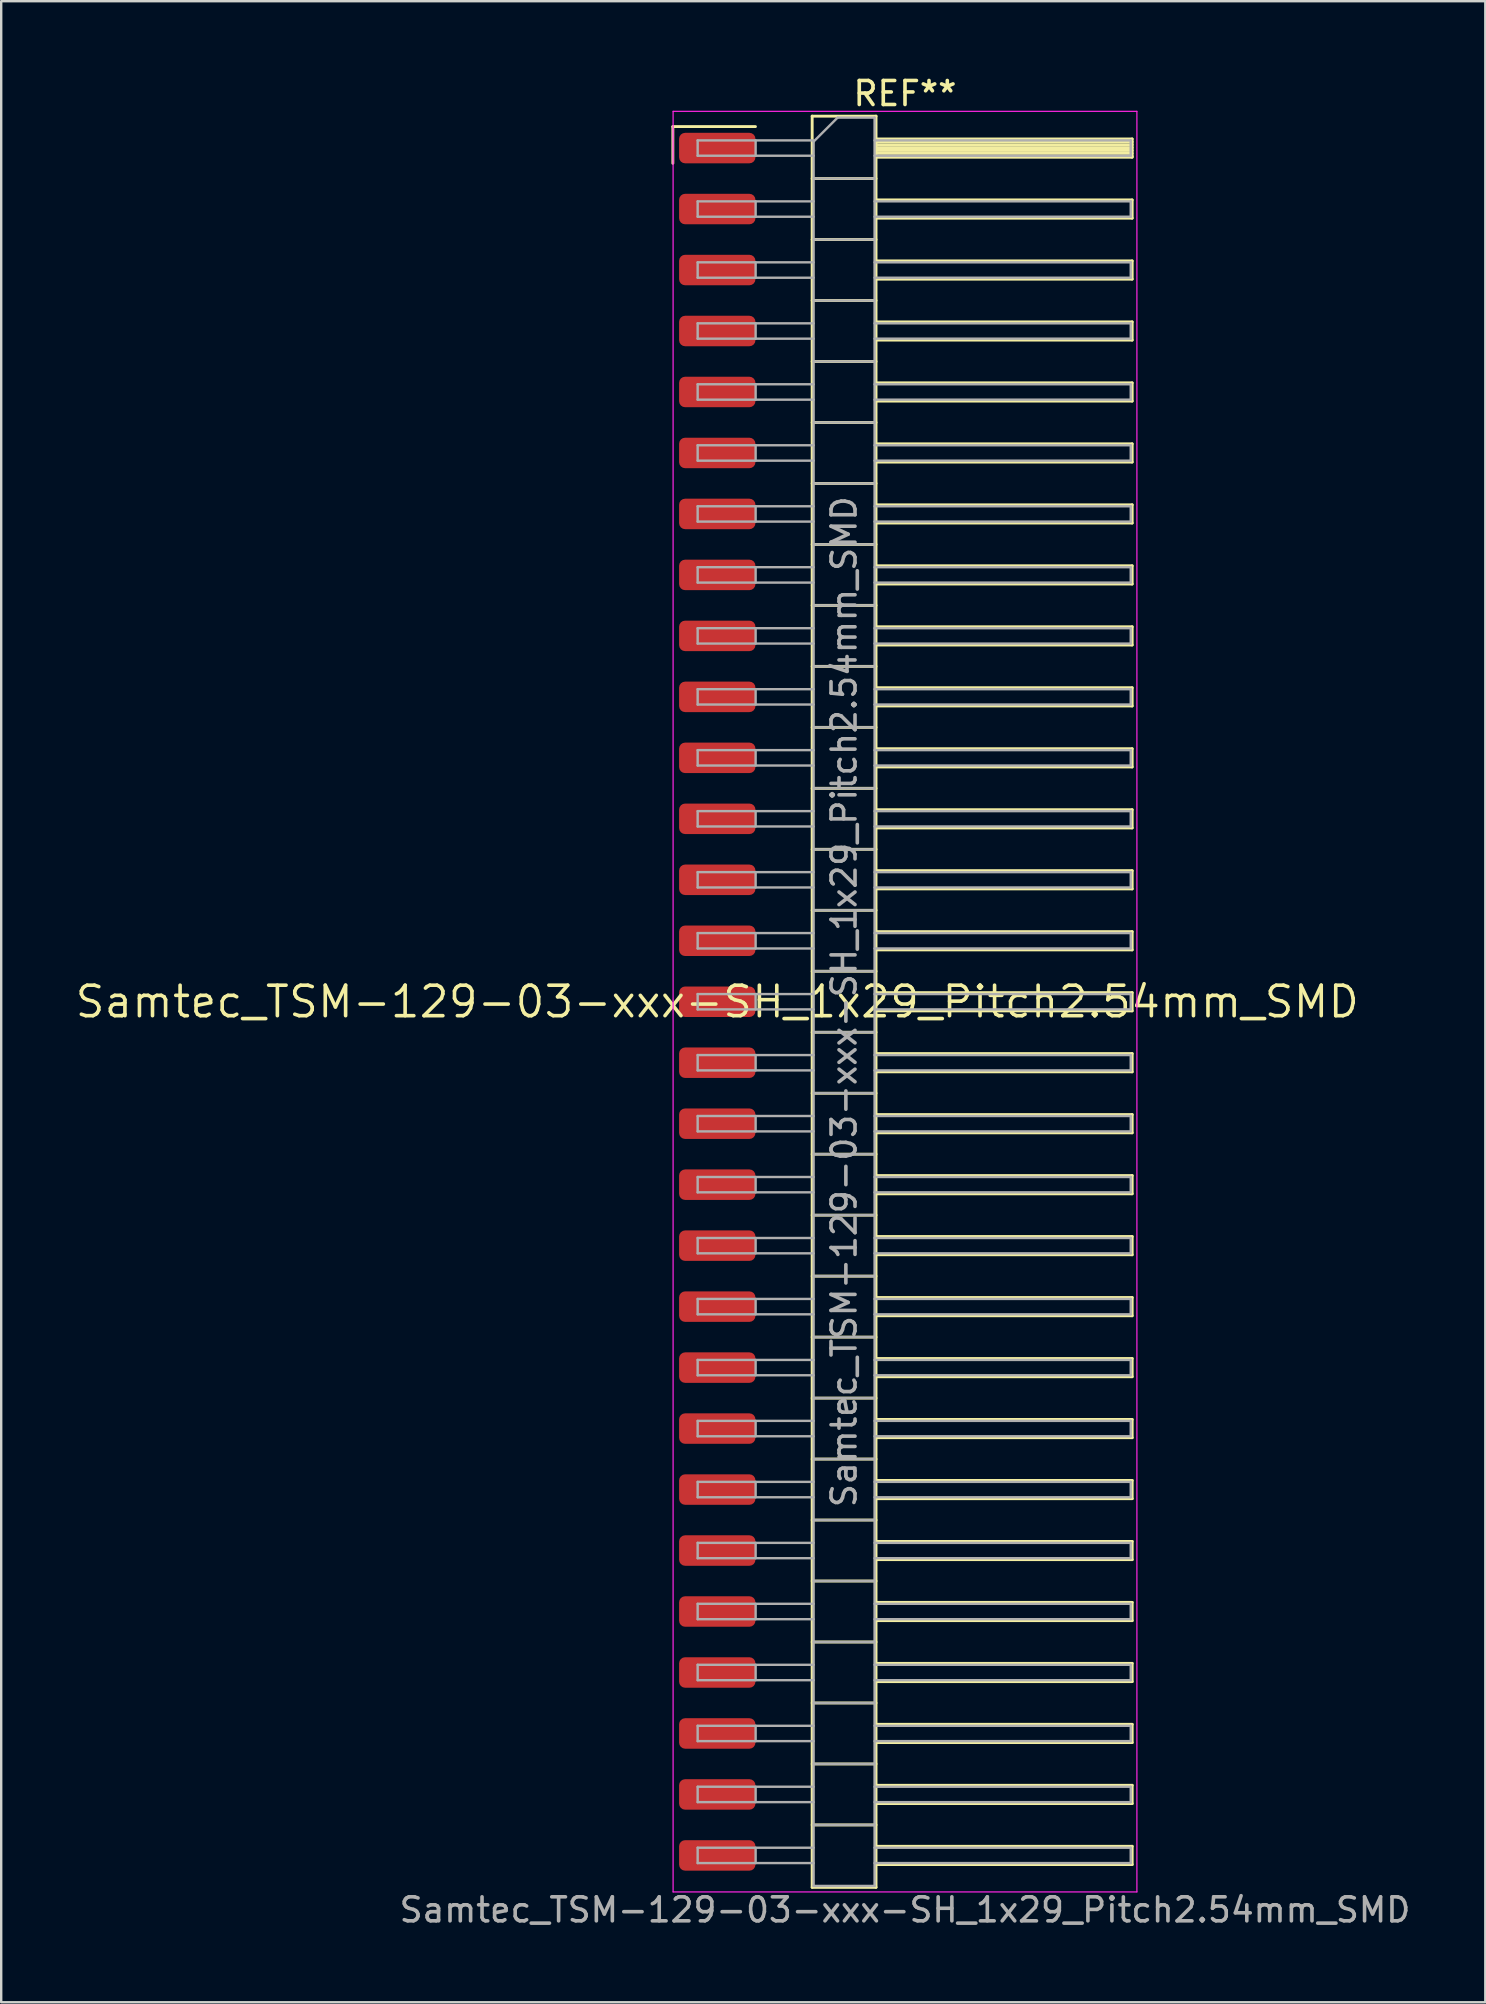
<source format=kicad_pcb>
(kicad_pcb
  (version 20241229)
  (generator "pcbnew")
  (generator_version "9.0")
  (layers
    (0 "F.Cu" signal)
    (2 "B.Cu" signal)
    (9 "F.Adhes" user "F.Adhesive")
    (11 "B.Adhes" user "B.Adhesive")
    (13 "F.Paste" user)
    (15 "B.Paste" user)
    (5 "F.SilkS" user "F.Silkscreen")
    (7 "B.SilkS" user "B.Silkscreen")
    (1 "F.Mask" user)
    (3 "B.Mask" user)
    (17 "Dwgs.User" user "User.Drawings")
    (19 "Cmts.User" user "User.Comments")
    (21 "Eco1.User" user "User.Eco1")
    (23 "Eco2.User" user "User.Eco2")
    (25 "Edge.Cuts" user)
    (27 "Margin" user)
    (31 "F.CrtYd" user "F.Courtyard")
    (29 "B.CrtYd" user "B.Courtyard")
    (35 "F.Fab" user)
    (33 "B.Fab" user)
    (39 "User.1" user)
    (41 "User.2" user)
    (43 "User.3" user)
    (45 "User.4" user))
  (footprint "Samtec_TSM-129-03-xxx-SH_1x29_Pitch2.54mm_SMD"
    (layer "F.Cu")
    (at 26.828 38.678)
    (property "Reference" "Samtec_TSM-129-03-xxx-SH_1x29_Pitch2.54mm_SMD" (at 0 0 0) (layer "F.SilkS") (effects (font (size 1.27 1.27) (thickness 0.15))))
    (attr smd)
    (fp_line (start -1.85 -36.455) (end 1.59 -36.455) (stroke (width 0.12) (type solid)) (layer "F.SilkS"))
    (fp_line (start -1.85 -34.925) (end -1.85 -36.455) (stroke (width 0.12) (type solid)) (layer "F.SilkS"))
    (fp_line (start 3.953 -36.89) (end 6.613 -36.89) (stroke (width 0.12) (type solid)) (layer "F.SilkS"))
    (fp_line (start 3.953 -34.29) (end 6.613 -34.29) (stroke (width 0.12) (type solid)) (layer "F.SilkS"))
    (fp_line (start 3.953 -31.75) (end 6.613 -31.75) (stroke (width 0.12) (type solid)) (layer "F.SilkS"))
    (fp_line (start 3.953 -29.21) (end 6.613 -29.21) (stroke (width 0.12) (type solid)) (layer "F.SilkS"))
    (fp_line (start 3.953 -26.67) (end 6.613 -26.67) (stroke (width 0.12) (type solid)) (layer "F.SilkS"))
    (fp_line (start 3.953 -24.13) (end 6.613 -24.13) (stroke (width 0.12) (type solid)) (layer "F.SilkS"))
    (fp_line (start 3.953 -21.59) (end 6.613 -21.59) (stroke (width 0.12) (type solid)) (layer "F.SilkS"))
    (fp_line (start 3.953 -19.05) (end 6.613 -19.05) (stroke (width 0.12) (type solid)) (layer "F.SilkS"))
    (fp_line (start 3.953 -16.51) (end 6.613 -16.51) (stroke (width 0.12) (type solid)) (layer "F.SilkS"))
    (fp_line (start 3.953 -13.97) (end 6.613 -13.97) (stroke (width 0.12) (type solid)) (layer "F.SilkS"))
    (fp_line (start 3.953 -11.43) (end 6.613 -11.43) (stroke (width 0.12) (type solid)) (layer "F.SilkS"))
    (fp_line (start 3.953 -8.89) (end 6.613 -8.89) (stroke (width 0.12) (type solid)) (layer "F.SilkS"))
    (fp_line (start 3.953 -6.35) (end 6.613 -6.35) (stroke (width 0.12) (type solid)) (layer "F.SilkS"))
    (fp_line (start 3.953 -3.81) (end 6.613 -3.81) (stroke (width 0.12) (type solid)) (layer "F.SilkS"))
    (fp_line (start 3.953 -1.27) (end 6.613 -1.27) (stroke (width 0.12) (type solid)) (layer "F.SilkS"))
    (fp_line (start 3.953 1.27) (end 6.613 1.27) (stroke (width 0.12) (type solid)) (layer "F.SilkS"))
    (fp_line (start 3.953 3.81) (end 6.613 3.81) (stroke (width 0.12) (type solid)) (layer "F.SilkS"))
    (fp_line (start 3.953 6.35) (end 6.613 6.35) (stroke (width 0.12) (type solid)) (layer "F.SilkS"))
    (fp_line (start 3.953 8.89) (end 6.613 8.89) (stroke (width 0.12) (type solid)) (layer "F.SilkS"))
    (fp_line (start 3.953 11.43) (end 6.613 11.43) (stroke (width 0.12) (type solid)) (layer "F.SilkS"))
    (fp_line (start 3.953 13.97) (end 6.613 13.97) (stroke (width 0.12) (type solid)) (layer "F.SilkS"))
    (fp_line (start 3.953 16.51) (end 6.613 16.51) (stroke (width 0.12) (type solid)) (layer "F.SilkS"))
    (fp_line (start 3.953 19.05) (end 6.613 19.05) (stroke (width 0.12) (type solid)) (layer "F.SilkS"))
    (fp_line (start 3.953 21.59) (end 6.613 21.59) (stroke (width 0.12) (type solid)) (layer "F.SilkS"))
    (fp_line (start 3.953 24.13) (end 6.613 24.13) (stroke (width 0.12) (type solid)) (layer "F.SilkS"))
    (fp_line (start 3.953 26.67) (end 6.613 26.67) (stroke (width 0.12) (type solid)) (layer "F.SilkS"))
    (fp_line (start 3.953 29.21) (end 6.613 29.21) (stroke (width 0.12) (type solid)) (layer "F.SilkS"))
    (fp_line (start 3.953 31.75) (end 6.613 31.75) (stroke (width 0.12) (type solid)) (layer "F.SilkS"))
    (fp_line (start 3.953 34.29) (end 6.613 34.29) (stroke (width 0.12) (type solid)) (layer "F.SilkS"))
    (fp_line (start 3.953 36.89) (end 3.953 -36.89) (stroke (width 0.12) (type solid)) (layer "F.SilkS"))
    (fp_line (start 6.613 -36.89) (end 6.613 36.89) (stroke (width 0.12) (type solid)) (layer "F.SilkS"))
    (fp_line (start 6.613 -35.94) (end 17.283 -35.94) (stroke (width 0.12) (type solid)) (layer "F.SilkS"))
    (fp_line (start 6.613 -35.82) (end 17.283 -35.82) (stroke (width 0.12) (type solid)) (layer "F.SilkS"))
    (fp_line (start 6.613 -35.7) (end 17.283 -35.7) (stroke (width 0.12) (type solid)) (layer "F.SilkS"))
    (fp_line (start 6.613 -35.58) (end 17.283 -35.58) (stroke (width 0.12) (type solid)) (layer "F.SilkS"))
    (fp_line (start 6.613 -35.46) (end 17.283 -35.46) (stroke (width 0.12) (type solid)) (layer "F.SilkS"))
    (fp_line (start 6.613 -35.34) (end 17.283 -35.34) (stroke (width 0.12) (type solid)) (layer "F.SilkS"))
    (fp_line (start 6.613 -35.22) (end 17.283 -35.22) (stroke (width 0.12) (type solid)) (layer "F.SilkS"))
    (fp_line (start 6.613 -35.18) (end 17.283 -35.18) (stroke (width 0.12) (type solid)) (layer "F.SilkS"))
    (fp_line (start 6.613 -33.4) (end 17.283 -33.4) (stroke (width 0.12) (type solid)) (layer "F.SilkS"))
    (fp_line (start 6.613 -32.64) (end 17.283 -32.64) (stroke (width 0.12) (type solid)) (layer "F.SilkS"))
    (fp_line (start 6.613 -30.86) (end 17.283 -30.86) (stroke (width 0.12) (type solid)) (layer "F.SilkS"))
    (fp_line (start 6.613 -30.1) (end 17.283 -30.1) (stroke (width 0.12) (type solid)) (layer "F.SilkS"))
    (fp_line (start 6.613 -28.32) (end 17.283 -28.32) (stroke (width 0.12) (type solid)) (layer "F.SilkS"))
    (fp_line (start 6.613 -27.56) (end 17.283 -27.56) (stroke (width 0.12) (type solid)) (layer "F.SilkS"))
    (fp_line (start 6.613 -25.78) (end 17.283 -25.78) (stroke (width 0.12) (type solid)) (layer "F.SilkS"))
    (fp_line (start 6.613 -25.02) (end 17.283 -25.02) (stroke (width 0.12) (type solid)) (layer "F.SilkS"))
    (fp_line (start 6.613 -23.24) (end 17.283 -23.24) (stroke (width 0.12) (type solid)) (layer "F.SilkS"))
    (fp_line (start 6.613 -22.48) (end 17.283 -22.48) (stroke (width 0.12) (type solid)) (layer "F.SilkS"))
    (fp_line (start 6.613 -20.7) (end 17.283 -20.7) (stroke (width 0.12) (type solid)) (layer "F.SilkS"))
    (fp_line (start 6.613 -19.94) (end 17.283 -19.94) (stroke (width 0.12) (type solid)) (layer "F.SilkS"))
    (fp_line (start 6.613 -18.16) (end 17.283 -18.16) (stroke (width 0.12) (type solid)) (layer "F.SilkS"))
    (fp_line (start 6.613 -17.4) (end 17.283 -17.4) (stroke (width 0.12) (type solid)) (layer "F.SilkS"))
    (fp_line (start 6.613 -15.62) (end 17.283 -15.62) (stroke (width 0.12) (type solid)) (layer "F.SilkS"))
    (fp_line (start 6.613 -14.86) (end 17.283 -14.86) (stroke (width 0.12) (type solid)) (layer "F.SilkS"))
    (fp_line (start 6.613 -13.08) (end 17.283 -13.08) (stroke (width 0.12) (type solid)) (layer "F.SilkS"))
    (fp_line (start 6.613 -12.32) (end 17.283 -12.32) (stroke (width 0.12) (type solid)) (layer "F.SilkS"))
    (fp_line (start 6.613 -10.54) (end 17.283 -10.54) (stroke (width 0.12) (type solid)) (layer "F.SilkS"))
    (fp_line (start 6.613 -9.78) (end 17.283 -9.78) (stroke (width 0.12) (type solid)) (layer "F.SilkS"))
    (fp_line (start 6.613 -8) (end 17.283 -8) (stroke (width 0.12) (type solid)) (layer "F.SilkS"))
    (fp_line (start 6.613 -7.24) (end 17.283 -7.24) (stroke (width 0.12) (type solid)) (layer "F.SilkS"))
    (fp_line (start 6.613 -5.46) (end 17.283 -5.46) (stroke (width 0.12) (type solid)) (layer "F.SilkS"))
    (fp_line (start 6.613 -4.7) (end 17.283 -4.7) (stroke (width 0.12) (type solid)) (layer "F.SilkS"))
    (fp_line (start 6.613 -2.92) (end 17.283 -2.92) (stroke (width 0.12) (type solid)) (layer "F.SilkS"))
    (fp_line (start 6.613 -2.16) (end 17.283 -2.16) (stroke (width 0.12) (type solid)) (layer "F.SilkS"))
    (fp_line (start 6.613 -0.38) (end 17.283 -0.38) (stroke (width 0.12) (type solid)) (layer "F.SilkS"))
    (fp_line (start 6.613 0.38) (end 17.283 0.38) (stroke (width 0.12) (type solid)) (layer "F.SilkS"))
    (fp_line (start 6.613 2.16) (end 17.283 2.16) (stroke (width 0.12) (type solid)) (layer "F.SilkS"))
    (fp_line (start 6.613 2.92) (end 17.283 2.92) (stroke (width 0.12) (type solid)) (layer "F.SilkS"))
    (fp_line (start 6.613 4.7) (end 17.283 4.7) (stroke (width 0.12) (type solid)) (layer "F.SilkS"))
    (fp_line (start 6.613 5.46) (end 17.283 5.46) (stroke (width 0.12) (type solid)) (layer "F.SilkS"))
    (fp_line (start 6.613 7.24) (end 17.283 7.24) (stroke (width 0.12) (type solid)) (layer "F.SilkS"))
    (fp_line (start 6.613 8) (end 17.283 8) (stroke (width 0.12) (type solid)) (layer "F.SilkS"))
    (fp_line (start 6.613 9.78) (end 17.283 9.78) (stroke (width 0.12) (type solid)) (layer "F.SilkS"))
    (fp_line (start 6.613 10.54) (end 17.283 10.54) (stroke (width 0.12) (type solid)) (layer "F.SilkS"))
    (fp_line (start 6.613 12.32) (end 17.283 12.32) (stroke (width 0.12) (type solid)) (layer "F.SilkS"))
    (fp_line (start 6.613 13.08) (end 17.283 13.08) (stroke (width 0.12) (type solid)) (layer "F.SilkS"))
    (fp_line (start 6.613 14.86) (end 17.283 14.86) (stroke (width 0.12) (type solid)) (layer "F.SilkS"))
    (fp_line (start 6.613 15.62) (end 17.283 15.62) (stroke (width 0.12) (type solid)) (layer "F.SilkS"))
    (fp_line (start 6.613 17.4) (end 17.283 17.4) (stroke (width 0.12) (type solid)) (layer "F.SilkS"))
    (fp_line (start 6.613 18.16) (end 17.283 18.16) (stroke (width 0.12) (type solid)) (layer "F.SilkS"))
    (fp_line (start 6.613 19.94) (end 17.283 19.94) (stroke (width 0.12) (type solid)) (layer "F.SilkS"))
    (fp_line (start 6.613 20.7) (end 17.283 20.7) (stroke (width 0.12) (type solid)) (layer "F.SilkS"))
    (fp_line (start 6.613 22.48) (end 17.283 22.48) (stroke (width 0.12) (type solid)) (layer "F.SilkS"))
    (fp_line (start 6.613 23.24) (end 17.283 23.24) (stroke (width 0.12) (type solid)) (layer "F.SilkS"))
    (fp_line (start 6.613 25.02) (end 17.283 25.02) (stroke (width 0.12) (type solid)) (layer "F.SilkS"))
    (fp_line (start 6.613 25.78) (end 17.283 25.78) (stroke (width 0.12) (type solid)) (layer "F.SilkS"))
    (fp_line (start 6.613 27.56) (end 17.283 27.56) (stroke (width 0.12) (type solid)) (layer "F.SilkS"))
    (fp_line (start 6.613 28.32) (end 17.283 28.32) (stroke (width 0.12) (type solid)) (layer "F.SilkS"))
    (fp_line (start 6.613 30.1) (end 17.283 30.1) (stroke (width 0.12) (type solid)) (layer "F.SilkS"))
    (fp_line (start 6.613 30.86) (end 17.283 30.86) (stroke (width 0.12) (type solid)) (layer "F.SilkS"))
    (fp_line (start 6.613 32.64) (end 17.283 32.64) (stroke (width 0.12) (type solid)) (layer "F.SilkS"))
    (fp_line (start 6.613 33.4) (end 17.283 33.4) (stroke (width 0.12) (type solid)) (layer "F.SilkS"))
    (fp_line (start 6.613 35.18) (end 17.283 35.18) (stroke (width 0.12) (type solid)) (layer "F.SilkS"))
    (fp_line (start 6.613 35.94) (end 17.283 35.94) (stroke (width 0.12) (type solid)) (layer "F.SilkS"))
    (fp_line (start 6.613 36.89) (end 3.953 36.89) (stroke (width 0.12) (type solid)) (layer "F.SilkS"))
    (fp_line (start 17.283 -35.94) (end 17.283 -35.18) (stroke (width 0.12) (type solid)) (layer "F.SilkS"))
    (fp_line (start 17.283 -33.4) (end 17.283 -32.64) (stroke (width 0.12) (type solid)) (layer "F.SilkS"))
    (fp_line (start 17.283 -30.86) (end 17.283 -30.1) (stroke (width 0.12) (type solid)) (layer "F.SilkS"))
    (fp_line (start 17.283 -28.32) (end 17.283 -27.56) (stroke (width 0.12) (type solid)) (layer "F.SilkS"))
    (fp_line (start 17.283 -25.78) (end 17.283 -25.02) (stroke (width 0.12) (type solid)) (layer "F.SilkS"))
    (fp_line (start 17.283 -23.24) (end 17.283 -22.48) (stroke (width 0.12) (type solid)) (layer "F.SilkS"))
    (fp_line (start 17.283 -20.7) (end 17.283 -19.94) (stroke (width 0.12) (type solid)) (layer "F.SilkS"))
    (fp_line (start 17.283 -18.16) (end 17.283 -17.4) (stroke (width 0.12) (type solid)) (layer "F.SilkS"))
    (fp_line (start 17.283 -15.62) (end 17.283 -14.86) (stroke (width 0.12) (type solid)) (layer "F.SilkS"))
    (fp_line (start 17.283 -13.08) (end 17.283 -12.32) (stroke (width 0.12) (type solid)) (layer "F.SilkS"))
    (fp_line (start 17.283 -10.54) (end 17.283 -9.78) (stroke (width 0.12) (type solid)) (layer "F.SilkS"))
    (fp_line (start 17.283 -8) (end 17.283 -7.24) (stroke (width 0.12) (type solid)) (layer "F.SilkS"))
    (fp_line (start 17.283 -5.46) (end 17.283 -4.7) (stroke (width 0.12) (type solid)) (layer "F.SilkS"))
    (fp_line (start 17.283 -2.92) (end 17.283 -2.16) (stroke (width 0.12) (type solid)) (layer "F.SilkS"))
    (fp_line (start 17.283 -0.38) (end 17.283 0.38) (stroke (width 0.12) (type solid)) (layer "F.SilkS"))
    (fp_line (start 17.283 2.16) (end 17.283 2.92) (stroke (width 0.12) (type solid)) (layer "F.SilkS"))
    (fp_line (start 17.283 4.7) (end 17.283 5.46) (stroke (width 0.12) (type solid)) (layer "F.SilkS"))
    (fp_line (start 17.283 7.24) (end 17.283 8) (stroke (width 0.12) (type solid)) (layer "F.SilkS"))
    (fp_line (start 17.283 9.78) (end 17.283 10.54) (stroke (width 0.12) (type solid)) (layer "F.SilkS"))
    (fp_line (start 17.283 12.32) (end 17.283 13.08) (stroke (width 0.12) (type solid)) (layer "F.SilkS"))
    (fp_line (start 17.283 14.86) (end 17.283 15.62) (stroke (width 0.12) (type solid)) (layer "F.SilkS"))
    (fp_line (start 17.283 17.4) (end 17.283 18.16) (stroke (width 0.12) (type solid)) (layer "F.SilkS"))
    (fp_line (start 17.283 19.94) (end 17.283 20.7) (stroke (width 0.12) (type solid)) (layer "F.SilkS"))
    (fp_line (start 17.283 22.48) (end 17.283 23.24) (stroke (width 0.12) (type solid)) (layer "F.SilkS"))
    (fp_line (start 17.283 25.02) (end 17.283 25.78) (stroke (width 0.12) (type solid)) (layer "F.SilkS"))
    (fp_line (start 17.283 27.56) (end 17.283 28.32) (stroke (width 0.12) (type solid)) (layer "F.SilkS"))
    (fp_line (start 17.283 30.1) (end 17.283 30.86) (stroke (width 0.12) (type solid)) (layer "F.SilkS"))
    (fp_line (start 17.283 32.64) (end 17.283 33.4) (stroke (width 0.12) (type solid)) (layer "F.SilkS"))
    (fp_line (start 17.283 35.18) (end 17.283 35.94) (stroke (width 0.12) (type solid)) (layer "F.SilkS"))
    (fp_line (start -1.84 -37.09) (end 17.48 -37.09) (stroke (width 0.05) (type solid)) (layer "F.CrtYd"))
    (fp_line (start -1.84 37.08) (end -1.84 -37.09) (stroke (width 0.05) (type solid)) (layer "F.CrtYd"))
    (fp_line (start 17.48 -37.09) (end 17.48 37.08) (stroke (width 0.05) (type solid)) (layer "F.CrtYd"))
    (fp_line (start 17.48 37.08) (end -1.84 37.08) (stroke (width 0.05) (type solid)) (layer "F.CrtYd"))
    (fp_line (start -0.817 -35.88) (end -0.817 -35.24) (stroke (width 0.1) (type solid)) (layer "F.Fab"))
    (fp_line (start -0.817 -35.88) (end 4.013 -35.88) (stroke (width 0.1) (type solid)) (layer "F.Fab"))
    (fp_line (start -0.817 -35.24) (end 4.013 -35.24) (stroke (width 0.1) (type solid)) (layer "F.Fab"))
    (fp_line (start -0.817 -33.34) (end -0.817 -32.7) (stroke (width 0.1) (type solid)) (layer "F.Fab"))
    (fp_line (start -0.817 -33.34) (end 4.013 -33.34) (stroke (width 0.1) (type solid)) (layer "F.Fab"))
    (fp_line (start -0.817 -32.7) (end 4.013 -32.7) (stroke (width 0.1) (type solid)) (layer "F.Fab"))
    (fp_line (start -0.817 -30.8) (end -0.817 -30.16) (stroke (width 0.1) (type solid)) (layer "F.Fab"))
    (fp_line (start -0.817 -30.8) (end 4.013 -30.8) (stroke (width 0.1) (type solid)) (layer "F.Fab"))
    (fp_line (start -0.817 -30.16) (end 4.013 -30.16) (stroke (width 0.1) (type solid)) (layer "F.Fab"))
    (fp_line (start -0.817 -28.26) (end -0.817 -27.62) (stroke (width 0.1) (type solid)) (layer "F.Fab"))
    (fp_line (start -0.817 -28.26) (end 4.013 -28.26) (stroke (width 0.1) (type solid)) (layer "F.Fab"))
    (fp_line (start -0.817 -27.62) (end 4.013 -27.62) (stroke (width 0.1) (type solid)) (layer "F.Fab"))
    (fp_line (start -0.817 -25.72) (end -0.817 -25.08) (stroke (width 0.1) (type solid)) (layer "F.Fab"))
    (fp_line (start -0.817 -25.72) (end 4.013 -25.72) (stroke (width 0.1) (type solid)) (layer "F.Fab"))
    (fp_line (start -0.817 -25.08) (end 4.013 -25.08) (stroke (width 0.1) (type solid)) (layer "F.Fab"))
    (fp_line (start -0.817 -23.18) (end -0.817 -22.54) (stroke (width 0.1) (type solid)) (layer "F.Fab"))
    (fp_line (start -0.817 -23.18) (end 4.013 -23.18) (stroke (width 0.1) (type solid)) (layer "F.Fab"))
    (fp_line (start -0.817 -22.54) (end 4.013 -22.54) (stroke (width 0.1) (type solid)) (layer "F.Fab"))
    (fp_line (start -0.817 -20.64) (end -0.817 -20) (stroke (width 0.1) (type solid)) (layer "F.Fab"))
    (fp_line (start -0.817 -20.64) (end 4.013 -20.64) (stroke (width 0.1) (type solid)) (layer "F.Fab"))
    (fp_line (start -0.817 -20) (end 4.013 -20) (stroke (width 0.1) (type solid)) (layer "F.Fab"))
    (fp_line (start -0.817 -18.1) (end -0.817 -17.46) (stroke (width 0.1) (type solid)) (layer "F.Fab"))
    (fp_line (start -0.817 -18.1) (end 4.013 -18.1) (stroke (width 0.1) (type solid)) (layer "F.Fab"))
    (fp_line (start -0.817 -17.46) (end 4.013 -17.46) (stroke (width 0.1) (type solid)) (layer "F.Fab"))
    (fp_line (start -0.817 -15.56) (end -0.817 -14.92) (stroke (width 0.1) (type solid)) (layer "F.Fab"))
    (fp_line (start -0.817 -15.56) (end 4.013 -15.56) (stroke (width 0.1) (type solid)) (layer "F.Fab"))
    (fp_line (start -0.817 -14.92) (end 4.013 -14.92) (stroke (width 0.1) (type solid)) (layer "F.Fab"))
    (fp_line (start -0.817 -13.02) (end -0.817 -12.38) (stroke (width 0.1) (type solid)) (layer "F.Fab"))
    (fp_line (start -0.817 -13.02) (end 4.013 -13.02) (stroke (width 0.1) (type solid)) (layer "F.Fab"))
    (fp_line (start -0.817 -12.38) (end 4.013 -12.38) (stroke (width 0.1) (type solid)) (layer "F.Fab"))
    (fp_line (start -0.817 -10.48) (end -0.817 -9.84) (stroke (width 0.1) (type solid)) (layer "F.Fab"))
    (fp_line (start -0.817 -10.48) (end 4.013 -10.48) (stroke (width 0.1) (type solid)) (layer "F.Fab"))
    (fp_line (start -0.817 -9.84) (end 4.013 -9.84) (stroke (width 0.1) (type solid)) (layer "F.Fab"))
    (fp_line (start -0.817 -7.94) (end -0.817 -7.3) (stroke (width 0.1) (type solid)) (layer "F.Fab"))
    (fp_line (start -0.817 -7.94) (end 4.013 -7.94) (stroke (width 0.1) (type solid)) (layer "F.Fab"))
    (fp_line (start -0.817 -7.3) (end 4.013 -7.3) (stroke (width 0.1) (type solid)) (layer "F.Fab"))
    (fp_line (start -0.817 -5.4) (end -0.817 -4.76) (stroke (width 0.1) (type solid)) (layer "F.Fab"))
    (fp_line (start -0.817 -5.4) (end 4.013 -5.4) (stroke (width 0.1) (type solid)) (layer "F.Fab"))
    (fp_line (start -0.817 -4.76) (end 4.013 -4.76) (stroke (width 0.1) (type solid)) (layer "F.Fab"))
    (fp_line (start -0.817 -2.86) (end -0.817 -2.22) (stroke (width 0.1) (type solid)) (layer "F.Fab"))
    (fp_line (start -0.817 -2.86) (end 4.013 -2.86) (stroke (width 0.1) (type solid)) (layer "F.Fab"))
    (fp_line (start -0.817 -2.22) (end 4.013 -2.22) (stroke (width 0.1) (type solid)) (layer "F.Fab"))
    (fp_line (start -0.817 -0.32) (end -0.817 0.32) (stroke (width 0.1) (type solid)) (layer "F.Fab"))
    (fp_line (start -0.817 -0.32) (end 4.013 -0.32) (stroke (width 0.1) (type solid)) (layer "F.Fab"))
    (fp_line (start -0.817 0.32) (end 4.013 0.32) (stroke (width 0.1) (type solid)) (layer "F.Fab"))
    (fp_line (start -0.817 2.22) (end -0.817 2.86) (stroke (width 0.1) (type solid)) (layer "F.Fab"))
    (fp_line (start -0.817 2.22) (end 4.013 2.22) (stroke (width 0.1) (type solid)) (layer "F.Fab"))
    (fp_line (start -0.817 2.86) (end 4.013 2.86) (stroke (width 0.1) (type solid)) (layer "F.Fab"))
    (fp_line (start -0.817 4.76) (end -0.817 5.4) (stroke (width 0.1) (type solid)) (layer "F.Fab"))
    (fp_line (start -0.817 4.76) (end 4.013 4.76) (stroke (width 0.1) (type solid)) (layer "F.Fab"))
    (fp_line (start -0.817 5.4) (end 4.013 5.4) (stroke (width 0.1) (type solid)) (layer "F.Fab"))
    (fp_line (start -0.817 7.3) (end -0.817 7.94) (stroke (width 0.1) (type solid)) (layer "F.Fab"))
    (fp_line (start -0.817 7.3) (end 4.013 7.3) (stroke (width 0.1) (type solid)) (layer "F.Fab"))
    (fp_line (start -0.817 7.94) (end 4.013 7.94) (stroke (width 0.1) (type solid)) (layer "F.Fab"))
    (fp_line (start -0.817 9.84) (end -0.817 10.48) (stroke (width 0.1) (type solid)) (layer "F.Fab"))
    (fp_line (start -0.817 9.84) (end 4.013 9.84) (stroke (width 0.1) (type solid)) (layer "F.Fab"))
    (fp_line (start -0.817 10.48) (end 4.013 10.48) (stroke (width 0.1) (type solid)) (layer "F.Fab"))
    (fp_line (start -0.817 12.38) (end -0.817 13.02) (stroke (width 0.1) (type solid)) (layer "F.Fab"))
    (fp_line (start -0.817 12.38) (end 4.013 12.38) (stroke (width 0.1) (type solid)) (layer "F.Fab"))
    (fp_line (start -0.817 13.02) (end 4.013 13.02) (stroke (width 0.1) (type solid)) (layer "F.Fab"))
    (fp_line (start -0.817 14.92) (end -0.817 15.56) (stroke (width 0.1) (type solid)) (layer "F.Fab"))
    (fp_line (start -0.817 14.92) (end 4.013 14.92) (stroke (width 0.1) (type solid)) (layer "F.Fab"))
    (fp_line (start -0.817 15.56) (end 4.013 15.56) (stroke (width 0.1) (type solid)) (layer "F.Fab"))
    (fp_line (start -0.817 17.46) (end -0.817 18.1) (stroke (width 0.1) (type solid)) (layer "F.Fab"))
    (fp_line (start -0.817 17.46) (end 4.013 17.46) (stroke (width 0.1) (type solid)) (layer "F.Fab"))
    (fp_line (start -0.817 18.1) (end 4.013 18.1) (stroke (width 0.1) (type solid)) (layer "F.Fab"))
    (fp_line (start -0.817 20) (end -0.817 20.64) (stroke (width 0.1) (type solid)) (layer "F.Fab"))
    (fp_line (start -0.817 20) (end 4.013 20) (stroke (width 0.1) (type solid)) (layer "F.Fab"))
    (fp_line (start -0.817 20.64) (end 4.013 20.64) (stroke (width 0.1) (type solid)) (layer "F.Fab"))
    (fp_line (start -0.817 22.54) (end -0.817 23.18) (stroke (width 0.1) (type solid)) (layer "F.Fab"))
    (fp_line (start -0.817 22.54) (end 4.013 22.54) (stroke (width 0.1) (type solid)) (layer "F.Fab"))
    (fp_line (start -0.817 23.18) (end 4.013 23.18) (stroke (width 0.1) (type solid)) (layer "F.Fab"))
    (fp_line (start -0.817 25.08) (end -0.817 25.72) (stroke (width 0.1) (type solid)) (layer "F.Fab"))
    (fp_line (start -0.817 25.08) (end 4.013 25.08) (stroke (width 0.1) (type solid)) (layer "F.Fab"))
    (fp_line (start -0.817 25.72) (end 4.013 25.72) (stroke (width 0.1) (type solid)) (layer "F.Fab"))
    (fp_line (start -0.817 27.62) (end -0.817 28.26) (stroke (width 0.1) (type solid)) (layer "F.Fab"))
    (fp_line (start -0.817 27.62) (end 4.013 27.62) (stroke (width 0.1) (type solid)) (layer "F.Fab"))
    (fp_line (start -0.817 28.26) (end 4.013 28.26) (stroke (width 0.1) (type solid)) (layer "F.Fab"))
    (fp_line (start -0.817 30.16) (end -0.817 30.8) (stroke (width 0.1) (type solid)) (layer "F.Fab"))
    (fp_line (start -0.817 30.16) (end 4.013 30.16) (stroke (width 0.1) (type solid)) (layer "F.Fab"))
    (fp_line (start -0.817 30.8) (end 4.013 30.8) (stroke (width 0.1) (type solid)) (layer "F.Fab"))
    (fp_line (start -0.817 32.7) (end -0.817 33.34) (stroke (width 0.1) (type solid)) (layer "F.Fab"))
    (fp_line (start -0.817 32.7) (end 4.013 32.7) (stroke (width 0.1) (type solid)) (layer "F.Fab"))
    (fp_line (start -0.817 33.34) (end 4.013 33.34) (stroke (width 0.1) (type solid)) (layer "F.Fab"))
    (fp_line (start -0.817 35.24) (end -0.817 35.88) (stroke (width 0.1) (type solid)) (layer "F.Fab"))
    (fp_line (start -0.817 35.24) (end 4.013 35.24) (stroke (width 0.1) (type solid)) (layer "F.Fab"))
    (fp_line (start -0.817 35.88) (end 4.013 35.88) (stroke (width 0.1) (type solid)) (layer "F.Fab"))
    (fp_line (start 1.598 -35.88) (end 1.598 -35.24) (stroke (width 0.1) (type solid)) (layer "F.Fab"))
    (fp_line (start 1.598 -33.34) (end 1.598 -32.7) (stroke (width 0.1) (type solid)) (layer "F.Fab"))
    (fp_line (start 1.598 -30.8) (end 1.598 -30.16) (stroke (width 0.1) (type solid)) (layer "F.Fab"))
    (fp_line (start 1.598 -28.26) (end 1.598 -27.62) (stroke (width 0.1) (type solid)) (layer "F.Fab"))
    (fp_line (start 1.598 -25.72) (end 1.598 -25.08) (stroke (width 0.1) (type solid)) (layer "F.Fab"))
    (fp_line (start 1.598 -23.18) (end 1.598 -22.54) (stroke (width 0.1) (type solid)) (layer "F.Fab"))
    (fp_line (start 1.598 -20.64) (end 1.598 -20) (stroke (width 0.1) (type solid)) (layer "F.Fab"))
    (fp_line (start 1.598 -18.1) (end 1.598 -17.46) (stroke (width 0.1) (type solid)) (layer "F.Fab"))
    (fp_line (start 1.598 -15.56) (end 1.598 -14.92) (stroke (width 0.1) (type solid)) (layer "F.Fab"))
    (fp_line (start 1.598 -13.02) (end 1.598 -12.38) (stroke (width 0.1) (type solid)) (layer "F.Fab"))
    (fp_line (start 1.598 -10.48) (end 1.598 -9.84) (stroke (width 0.1) (type solid)) (layer "F.Fab"))
    (fp_line (start 1.598 -7.94) (end 1.598 -7.3) (stroke (width 0.1) (type solid)) (layer "F.Fab"))
    (fp_line (start 1.598 -5.4) (end 1.598 -4.76) (stroke (width 0.1) (type solid)) (layer "F.Fab"))
    (fp_line (start 1.598 -2.86) (end 1.598 -2.22) (stroke (width 0.1) (type solid)) (layer "F.Fab"))
    (fp_line (start 1.598 -0.32) (end 1.598 0.32) (stroke (width 0.1) (type solid)) (layer "F.Fab"))
    (fp_line (start 1.598 2.22) (end 1.598 2.86) (stroke (width 0.1) (type solid)) (layer "F.Fab"))
    (fp_line (start 1.598 4.76) (end 1.598 5.4) (stroke (width 0.1) (type solid)) (layer "F.Fab"))
    (fp_line (start 1.598 7.3) (end 1.598 7.94) (stroke (width 0.1) (type solid)) (layer "F.Fab"))
    (fp_line (start 1.598 9.84) (end 1.598 10.48) (stroke (width 0.1) (type solid)) (layer "F.Fab"))
    (fp_line (start 1.598 12.38) (end 1.598 13.02) (stroke (width 0.1) (type solid)) (layer "F.Fab"))
    (fp_line (start 1.598 14.92) (end 1.598 15.56) (stroke (width 0.1) (type solid)) (layer "F.Fab"))
    (fp_line (start 1.598 17.46) (end 1.598 18.1) (stroke (width 0.1) (type solid)) (layer "F.Fab"))
    (fp_line (start 1.598 20) (end 1.598 20.64) (stroke (width 0.1) (type solid)) (layer "F.Fab"))
    (fp_line (start 1.598 22.54) (end 1.598 23.18) (stroke (width 0.1) (type solid)) (layer "F.Fab"))
    (fp_line (start 1.598 25.08) (end 1.598 25.72) (stroke (width 0.1) (type solid)) (layer "F.Fab"))
    (fp_line (start 1.598 27.62) (end 1.598 28.26) (stroke (width 0.1) (type solid)) (layer "F.Fab"))
    (fp_line (start 1.598 30.16) (end 1.598 30.8) (stroke (width 0.1) (type solid)) (layer "F.Fab"))
    (fp_line (start 1.598 32.7) (end 1.598 33.34) (stroke (width 0.1) (type solid)) (layer "F.Fab"))
    (fp_line (start 1.598 35.24) (end 1.598 35.88) (stroke (width 0.1) (type solid)) (layer "F.Fab"))
    (fp_line (start 4.013 -35.83) (end 5.013 -36.83) (stroke (width 0.1) (type solid)) (layer "F.Fab"))
    (fp_line (start 4.013 -34.29) (end 6.553 -34.29) (stroke (width 0.1) (type solid)) (layer "F.Fab"))
    (fp_line (start 4.013 -31.75) (end 6.553 -31.75) (stroke (width 0.1) (type solid)) (layer "F.Fab"))
    (fp_line (start 4.013 -29.21) (end 6.553 -29.21) (stroke (width 0.1) (type solid)) (layer "F.Fab"))
    (fp_line (start 4.013 -26.67) (end 6.553 -26.67) (stroke (width 0.1) (type solid)) (layer "F.Fab"))
    (fp_line (start 4.013 -24.13) (end 6.553 -24.13) (stroke (width 0.1) (type solid)) (layer "F.Fab"))
    (fp_line (start 4.013 -21.59) (end 6.553 -21.59) (stroke (width 0.1) (type solid)) (layer "F.Fab"))
    (fp_line (start 4.013 -19.05) (end 6.553 -19.05) (stroke (width 0.1) (type solid)) (layer "F.Fab"))
    (fp_line (start 4.013 -16.51) (end 6.553 -16.51) (stroke (width 0.1) (type solid)) (layer "F.Fab"))
    (fp_line (start 4.013 -13.97) (end 6.553 -13.97) (stroke (width 0.1) (type solid)) (layer "F.Fab"))
    (fp_line (start 4.013 -11.43) (end 6.553 -11.43) (stroke (width 0.1) (type solid)) (layer "F.Fab"))
    (fp_line (start 4.013 -8.89) (end 6.553 -8.89) (stroke (width 0.1) (type solid)) (layer "F.Fab"))
    (fp_line (start 4.013 -6.35) (end 6.553 -6.35) (stroke (width 0.1) (type solid)) (layer "F.Fab"))
    (fp_line (start 4.013 -3.81) (end 6.553 -3.81) (stroke (width 0.1) (type solid)) (layer "F.Fab"))
    (fp_line (start 4.013 -1.27) (end 6.553 -1.27) (stroke (width 0.1) (type solid)) (layer "F.Fab"))
    (fp_line (start 4.013 1.27) (end 6.553 1.27) (stroke (width 0.1) (type solid)) (layer "F.Fab"))
    (fp_line (start 4.013 3.81) (end 6.553 3.81) (stroke (width 0.1) (type solid)) (layer "F.Fab"))
    (fp_line (start 4.013 6.35) (end 6.553 6.35) (stroke (width 0.1) (type solid)) (layer "F.Fab"))
    (fp_line (start 4.013 8.89) (end 6.553 8.89) (stroke (width 0.1) (type solid)) (layer "F.Fab"))
    (fp_line (start 4.013 11.43) (end 6.553 11.43) (stroke (width 0.1) (type solid)) (layer "F.Fab"))
    (fp_line (start 4.013 13.97) (end 6.553 13.97) (stroke (width 0.1) (type solid)) (layer "F.Fab"))
    (fp_line (start 4.013 16.51) (end 6.553 16.51) (stroke (width 0.1) (type solid)) (layer "F.Fab"))
    (fp_line (start 4.013 19.05) (end 6.553 19.05) (stroke (width 0.1) (type solid)) (layer "F.Fab"))
    (fp_line (start 4.013 21.59) (end 6.553 21.59) (stroke (width 0.1) (type solid)) (layer "F.Fab"))
    (fp_line (start 4.013 24.13) (end 6.553 24.13) (stroke (width 0.1) (type solid)) (layer "F.Fab"))
    (fp_line (start 4.013 26.67) (end 6.553 26.67) (stroke (width 0.1) (type solid)) (layer "F.Fab"))
    (fp_line (start 4.013 29.21) (end 6.553 29.21) (stroke (width 0.1) (type solid)) (layer "F.Fab"))
    (fp_line (start 4.013 31.75) (end 6.553 31.75) (stroke (width 0.1) (type solid)) (layer "F.Fab"))
    (fp_line (start 4.013 34.29) (end 6.553 34.29) (stroke (width 0.1) (type solid)) (layer "F.Fab"))
    (fp_line (start 4.013 36.83) (end 4.013 -35.83) (stroke (width 0.1) (type solid)) (layer "F.Fab"))
    (fp_line (start 5.013 -36.83) (end 6.553 -36.83) (stroke (width 0.1) (type solid)) (layer "F.Fab"))
    (fp_line (start 6.553 -36.83) (end 6.553 36.83) (stroke (width 0.1) (type solid)) (layer "F.Fab"))
    (fp_line (start 6.553 -35.88) (end 17.223 -35.88) (stroke (width 0.1) (type solid)) (layer "F.Fab"))
    (fp_line (start 6.553 -35.24) (end 17.223 -35.24) (stroke (width 0.1) (type solid)) (layer "F.Fab"))
    (fp_line (start 6.553 -33.34) (end 17.223 -33.34) (stroke (width 0.1) (type solid)) (layer "F.Fab"))
    (fp_line (start 6.553 -32.7) (end 17.223 -32.7) (stroke (width 0.1) (type solid)) (layer "F.Fab"))
    (fp_line (start 6.553 -30.8) (end 17.223 -30.8) (stroke (width 0.1) (type solid)) (layer "F.Fab"))
    (fp_line (start 6.553 -30.16) (end 17.223 -30.16) (stroke (width 0.1) (type solid)) (layer "F.Fab"))
    (fp_line (start 6.553 -28.26) (end 17.223 -28.26) (stroke (width 0.1) (type solid)) (layer "F.Fab"))
    (fp_line (start 6.553 -27.62) (end 17.223 -27.62) (stroke (width 0.1) (type solid)) (layer "F.Fab"))
    (fp_line (start 6.553 -25.72) (end 17.223 -25.72) (stroke (width 0.1) (type solid)) (layer "F.Fab"))
    (fp_line (start 6.553 -25.08) (end 17.223 -25.08) (stroke (width 0.1) (type solid)) (layer "F.Fab"))
    (fp_line (start 6.553 -23.18) (end 17.223 -23.18) (stroke (width 0.1) (type solid)) (layer "F.Fab"))
    (fp_line (start 6.553 -22.54) (end 17.223 -22.54) (stroke (width 0.1) (type solid)) (layer "F.Fab"))
    (fp_line (start 6.553 -20.64) (end 17.223 -20.64) (stroke (width 0.1) (type solid)) (layer "F.Fab"))
    (fp_line (start 6.553 -20) (end 17.223 -20) (stroke (width 0.1) (type solid)) (layer "F.Fab"))
    (fp_line (start 6.553 -18.1) (end 17.223 -18.1) (stroke (width 0.1) (type solid)) (layer "F.Fab"))
    (fp_line (start 6.553 -17.46) (end 17.223 -17.46) (stroke (width 0.1) (type solid)) (layer "F.Fab"))
    (fp_line (start 6.553 -15.56) (end 17.223 -15.56) (stroke (width 0.1) (type solid)) (layer "F.Fab"))
    (fp_line (start 6.553 -14.92) (end 17.223 -14.92) (stroke (width 0.1) (type solid)) (layer "F.Fab"))
    (fp_line (start 6.553 -13.02) (end 17.223 -13.02) (stroke (width 0.1) (type solid)) (layer "F.Fab"))
    (fp_line (start 6.553 -12.38) (end 17.223 -12.38) (stroke (width 0.1) (type solid)) (layer "F.Fab"))
    (fp_line (start 6.553 -10.48) (end 17.223 -10.48) (stroke (width 0.1) (type solid)) (layer "F.Fab"))
    (fp_line (start 6.553 -9.84) (end 17.223 -9.84) (stroke (width 0.1) (type solid)) (layer "F.Fab"))
    (fp_line (start 6.553 -7.94) (end 17.223 -7.94) (stroke (width 0.1) (type solid)) (layer "F.Fab"))
    (fp_line (start 6.553 -7.3) (end 17.223 -7.3) (stroke (width 0.1) (type solid)) (layer "F.Fab"))
    (fp_line (start 6.553 -5.4) (end 17.223 -5.4) (stroke (width 0.1) (type solid)) (layer "F.Fab"))
    (fp_line (start 6.553 -4.76) (end 17.223 -4.76) (stroke (width 0.1) (type solid)) (layer "F.Fab"))
    (fp_line (start 6.553 -2.86) (end 17.223 -2.86) (stroke (width 0.1) (type solid)) (layer "F.Fab"))
    (fp_line (start 6.553 -2.22) (end 17.223 -2.22) (stroke (width 0.1) (type solid)) (layer "F.Fab"))
    (fp_line (start 6.553 -0.32) (end 17.223 -0.32) (stroke (width 0.1) (type solid)) (layer "F.Fab"))
    (fp_line (start 6.553 0.32) (end 17.223 0.32) (stroke (width 0.1) (type solid)) (layer "F.Fab"))
    (fp_line (start 6.553 2.22) (end 17.223 2.22) (stroke (width 0.1) (type solid)) (layer "F.Fab"))
    (fp_line (start 6.553 2.86) (end 17.223 2.86) (stroke (width 0.1) (type solid)) (layer "F.Fab"))
    (fp_line (start 6.553 4.76) (end 17.223 4.76) (stroke (width 0.1) (type solid)) (layer "F.Fab"))
    (fp_line (start 6.553 5.4) (end 17.223 5.4) (stroke (width 0.1) (type solid)) (layer "F.Fab"))
    (fp_line (start 6.553 7.3) (end 17.223 7.3) (stroke (width 0.1) (type solid)) (layer "F.Fab"))
    (fp_line (start 6.553 7.94) (end 17.223 7.94) (stroke (width 0.1) (type solid)) (layer "F.Fab"))
    (fp_line (start 6.553 9.84) (end 17.223 9.84) (stroke (width 0.1) (type solid)) (layer "F.Fab"))
    (fp_line (start 6.553 10.48) (end 17.223 10.48) (stroke (width 0.1) (type solid)) (layer "F.Fab"))
    (fp_line (start 6.553 12.38) (end 17.223 12.38) (stroke (width 0.1) (type solid)) (layer "F.Fab"))
    (fp_line (start 6.553 13.02) (end 17.223 13.02) (stroke (width 0.1) (type solid)) (layer "F.Fab"))
    (fp_line (start 6.553 14.92) (end 17.223 14.92) (stroke (width 0.1) (type solid)) (layer "F.Fab"))
    (fp_line (start 6.553 15.56) (end 17.223 15.56) (stroke (width 0.1) (type solid)) (layer "F.Fab"))
    (fp_line (start 6.553 17.46) (end 17.223 17.46) (stroke (width 0.1) (type solid)) (layer "F.Fab"))
    (fp_line (start 6.553 18.1) (end 17.223 18.1) (stroke (width 0.1) (type solid)) (layer "F.Fab"))
    (fp_line (start 6.553 20) (end 17.223 20) (stroke (width 0.1) (type solid)) (layer "F.Fab"))
    (fp_line (start 6.553 20.64) (end 17.223 20.64) (stroke (width 0.1) (type solid)) (layer "F.Fab"))
    (fp_line (start 6.553 22.54) (end 17.223 22.54) (stroke (width 0.1) (type solid)) (layer "F.Fab"))
    (fp_line (start 6.553 23.18) (end 17.223 23.18) (stroke (width 0.1) (type solid)) (layer "F.Fab"))
    (fp_line (start 6.553 25.08) (end 17.223 25.08) (stroke (width 0.1) (type solid)) (layer "F.Fab"))
    (fp_line (start 6.553 25.72) (end 17.223 25.72) (stroke (width 0.1) (type solid)) (layer "F.Fab"))
    (fp_line (start 6.553 27.62) (end 17.223 27.62) (stroke (width 0.1) (type solid)) (layer "F.Fab"))
    (fp_line (start 6.553 28.26) (end 17.223 28.26) (stroke (width 0.1) (type solid)) (layer "F.Fab"))
    (fp_line (start 6.553 30.16) (end 17.223 30.16) (stroke (width 0.1) (type solid)) (layer "F.Fab"))
    (fp_line (start 6.553 30.8) (end 17.223 30.8) (stroke (width 0.1) (type solid)) (layer "F.Fab"))
    (fp_line (start 6.553 32.7) (end 17.223 32.7) (stroke (width 0.1) (type solid)) (layer "F.Fab"))
    (fp_line (start 6.553 33.34) (end 17.223 33.34) (stroke (width 0.1) (type solid)) (layer "F.Fab"))
    (fp_line (start 6.553 35.24) (end 17.223 35.24) (stroke (width 0.1) (type solid)) (layer "F.Fab"))
    (fp_line (start 6.553 35.88) (end 17.223 35.88) (stroke (width 0.1) (type solid)) (layer "F.Fab"))
    (fp_line (start 6.553 36.83) (end 4.013 36.83) (stroke (width 0.1) (type solid)) (layer "F.Fab"))
    (fp_line (start 17.223 -35.88) (end 17.223 -35.24) (stroke (width 0.1) (type solid)) (layer "F.Fab"))
    (fp_line (start 17.223 -33.34) (end 17.223 -32.7) (stroke (width 0.1) (type solid)) (layer "F.Fab"))
    (fp_line (start 17.223 -30.8) (end 17.223 -30.16) (stroke (width 0.1) (type solid)) (layer "F.Fab"))
    (fp_line (start 17.223 -28.26) (end 17.223 -27.62) (stroke (width 0.1) (type solid)) (layer "F.Fab"))
    (fp_line (start 17.223 -25.72) (end 17.223 -25.08) (stroke (width 0.1) (type solid)) (layer "F.Fab"))
    (fp_line (start 17.223 -23.18) (end 17.223 -22.54) (stroke (width 0.1) (type solid)) (layer "F.Fab"))
    (fp_line (start 17.223 -20.64) (end 17.223 -20) (stroke (width 0.1) (type solid)) (layer "F.Fab"))
    (fp_line (start 17.223 -18.1) (end 17.223 -17.46) (stroke (width 0.1) (type solid)) (layer "F.Fab"))
    (fp_line (start 17.223 -15.56) (end 17.223 -14.92) (stroke (width 0.1) (type solid)) (layer "F.Fab"))
    (fp_line (start 17.223 -13.02) (end 17.223 -12.38) (stroke (width 0.1) (type solid)) (layer "F.Fab"))
    (fp_line (start 17.223 -10.48) (end 17.223 -9.84) (stroke (width 0.1) (type solid)) (layer "F.Fab"))
    (fp_line (start 17.223 -7.94) (end 17.223 -7.3) (stroke (width 0.1) (type solid)) (layer "F.Fab"))
    (fp_line (start 17.223 -5.4) (end 17.223 -4.76) (stroke (width 0.1) (type solid)) (layer "F.Fab"))
    (fp_line (start 17.223 -2.86) (end 17.223 -2.22) (stroke (width 0.1) (type solid)) (layer "F.Fab"))
    (fp_line (start 17.223 -0.32) (end 17.223 0.32) (stroke (width 0.1) (type solid)) (layer "F.Fab"))
    (fp_line (start 17.223 2.22) (end 17.223 2.86) (stroke (width 0.1) (type solid)) (layer "F.Fab"))
    (fp_line (start 17.223 4.76) (end 17.223 5.4) (stroke (width 0.1) (type solid)) (layer "F.Fab"))
    (fp_line (start 17.223 7.3) (end 17.223 7.94) (stroke (width 0.1) (type solid)) (layer "F.Fab"))
    (fp_line (start 17.223 9.84) (end 17.223 10.48) (stroke (width 0.1) (type solid)) (layer "F.Fab"))
    (fp_line (start 17.223 12.38) (end 17.223 13.02) (stroke (width 0.1) (type solid)) (layer "F.Fab"))
    (fp_line (start 17.223 14.92) (end 17.223 15.56) (stroke (width 0.1) (type solid)) (layer "F.Fab"))
    (fp_line (start 17.223 17.46) (end 17.223 18.1) (stroke (width 0.1) (type solid)) (layer "F.Fab"))
    (fp_line (start 17.223 20) (end 17.223 20.64) (stroke (width 0.1) (type solid)) (layer "F.Fab"))
    (fp_line (start 17.223 22.54) (end 17.223 23.18) (stroke (width 0.1) (type solid)) (layer "F.Fab"))
    (fp_line (start 17.223 25.08) (end 17.223 25.72) (stroke (width 0.1) (type solid)) (layer "F.Fab"))
    (fp_line (start 17.223 27.62) (end 17.223 28.26) (stroke (width 0.1) (type solid)) (layer "F.Fab"))
    (fp_line (start 17.223 30.16) (end 17.223 30.8) (stroke (width 0.1) (type solid)) (layer "F.Fab"))
    (fp_line (start 17.223 32.7) (end 17.223 33.34) (stroke (width 0.1) (type solid)) (layer "F.Fab"))
    (fp_line (start 17.223 35.24) (end 17.223 35.88) (stroke (width 0.1) (type solid)) (layer "F.Fab"))
    (fp_text user "REF**" (at 7.82 -37.83 0) (layer "F.SilkS") (effects (font (size 1 1) (thickness 0.15))))
    (fp_text user "Samtec_TSM-129-03-xxx-SH_1x29_Pitch2.54mm_SMD" (at 7.82 37.83 0) (layer "F.Fab") (effects (font (size 1 1) (thickness 0.15))))
    (fp_text user "${REFERENCE}" (at 5.283 0 90) (layer "F.Fab") (effects (font (size 1 1) (thickness 0.15))))
    (pad "1" smd roundrect (at 0 -35.56) (size 3.18 1.27) (layers "F.Cu" "F.Mask" "F.Paste") (roundrect_rratio 0.197))
    (pad "2" smd roundrect (at 0 -33.02) (size 3.18 1.27) (layers "F.Cu" "F.Mask" "F.Paste") (roundrect_rratio 0.197))
    (pad "3" smd roundrect (at 0 -30.48) (size 3.18 1.27) (layers "F.Cu" "F.Mask" "F.Paste") (roundrect_rratio 0.197))
    (pad "4" smd roundrect (at 0 -27.94) (size 3.18 1.27) (layers "F.Cu" "F.Mask" "F.Paste") (roundrect_rratio 0.197))
    (pad "5" smd roundrect (at 0 -25.4) (size 3.18 1.27) (layers "F.Cu" "F.Mask" "F.Paste") (roundrect_rratio 0.197))
    (pad "6" smd roundrect (at 0 -22.86) (size 3.18 1.27) (layers "F.Cu" "F.Mask" "F.Paste") (roundrect_rratio 0.197))
    (pad "7" smd roundrect (at 0 -20.32) (size 3.18 1.27) (layers "F.Cu" "F.Mask" "F.Paste") (roundrect_rratio 0.197))
    (pad "8" smd roundrect (at 0 -17.78) (size 3.18 1.27) (layers "F.Cu" "F.Mask" "F.Paste") (roundrect_rratio 0.197))
    (pad "9" smd roundrect (at 0 -15.24) (size 3.18 1.27) (layers "F.Cu" "F.Mask" "F.Paste") (roundrect_rratio 0.197))
    (pad "10" smd roundrect (at 0 -12.7) (size 3.18 1.27) (layers "F.Cu" "F.Mask" "F.Paste") (roundrect_rratio 0.197))
    (pad "11" smd roundrect (at 0 -10.16) (size 3.18 1.27) (layers "F.Cu" "F.Mask" "F.Paste") (roundrect_rratio 0.197))
    (pad "12" smd roundrect (at 0 -7.62) (size 3.18 1.27) (layers "F.Cu" "F.Mask" "F.Paste") (roundrect_rratio 0.197))
    (pad "13" smd roundrect (at 0 -5.08) (size 3.18 1.27) (layers "F.Cu" "F.Mask" "F.Paste") (roundrect_rratio 0.197))
    (pad "14" smd roundrect (at 0 -2.54) (size 3.18 1.27) (layers "F.Cu" "F.Mask" "F.Paste") (roundrect_rratio 0.197))
    (pad "15" smd roundrect (at 0 0) (size 3.18 1.27) (layers "F.Cu" "F.Mask" "F.Paste") (roundrect_rratio 0.197))
    (pad "16" smd roundrect (at 0 2.54) (size 3.18 1.27) (layers "F.Cu" "F.Mask" "F.Paste") (roundrect_rratio 0.197))
    (pad "17" smd roundrect (at 0 5.08) (size 3.18 1.27) (layers "F.Cu" "F.Mask" "F.Paste") (roundrect_rratio 0.197))
    (pad "18" smd roundrect (at 0 7.62) (size 3.18 1.27) (layers "F.Cu" "F.Mask" "F.Paste") (roundrect_rratio 0.197))
    (pad "19" smd roundrect (at 0 10.16) (size 3.18 1.27) (layers "F.Cu" "F.Mask" "F.Paste") (roundrect_rratio 0.197))
    (pad "20" smd roundrect (at 0 12.7) (size 3.18 1.27) (layers "F.Cu" "F.Mask" "F.Paste") (roundrect_rratio 0.197))
    (pad "21" smd roundrect (at 0 15.24) (size 3.18 1.27) (layers "F.Cu" "F.Mask" "F.Paste") (roundrect_rratio 0.197))
    (pad "22" smd roundrect (at 0 17.78) (size 3.18 1.27) (layers "F.Cu" "F.Mask" "F.Paste") (roundrect_rratio 0.197))
    (pad "23" smd roundrect (at 0 20.32) (size 3.18 1.27) (layers "F.Cu" "F.Mask" "F.Paste") (roundrect_rratio 0.197))
    (pad "24" smd roundrect (at 0 22.86) (size 3.18 1.27) (layers "F.Cu" "F.Mask" "F.Paste") (roundrect_rratio 0.197))
    (pad "25" smd roundrect (at 0 25.4) (size 3.18 1.27) (layers "F.Cu" "F.Mask" "F.Paste") (roundrect_rratio 0.197))
    (pad "26" smd roundrect (at 0 27.94) (size 3.18 1.27) (layers "F.Cu" "F.Mask" "F.Paste") (roundrect_rratio 0.197))
    (pad "27" smd roundrect (at 0 30.48) (size 3.18 1.27) (layers "F.Cu" "F.Mask" "F.Paste") (roundrect_rratio 0.197))
    (pad "28" smd roundrect (at 0 33.02) (size 3.18 1.27) (layers "F.Cu" "F.Mask" "F.Paste") (roundrect_rratio 0.197))
    (pad "29" smd roundrect (at 0 35.56) (size 3.18 1.27) (layers "F.Cu" "F.Mask" "F.Paste") (roundrect_rratio 0.197)))
  (gr_rect
    (start -3 -3)
    (end 58.821 80.356)
    (stroke (width 0.1) (type default))
    (fill no)
    (layer "Edge.Cuts")))
</source>
